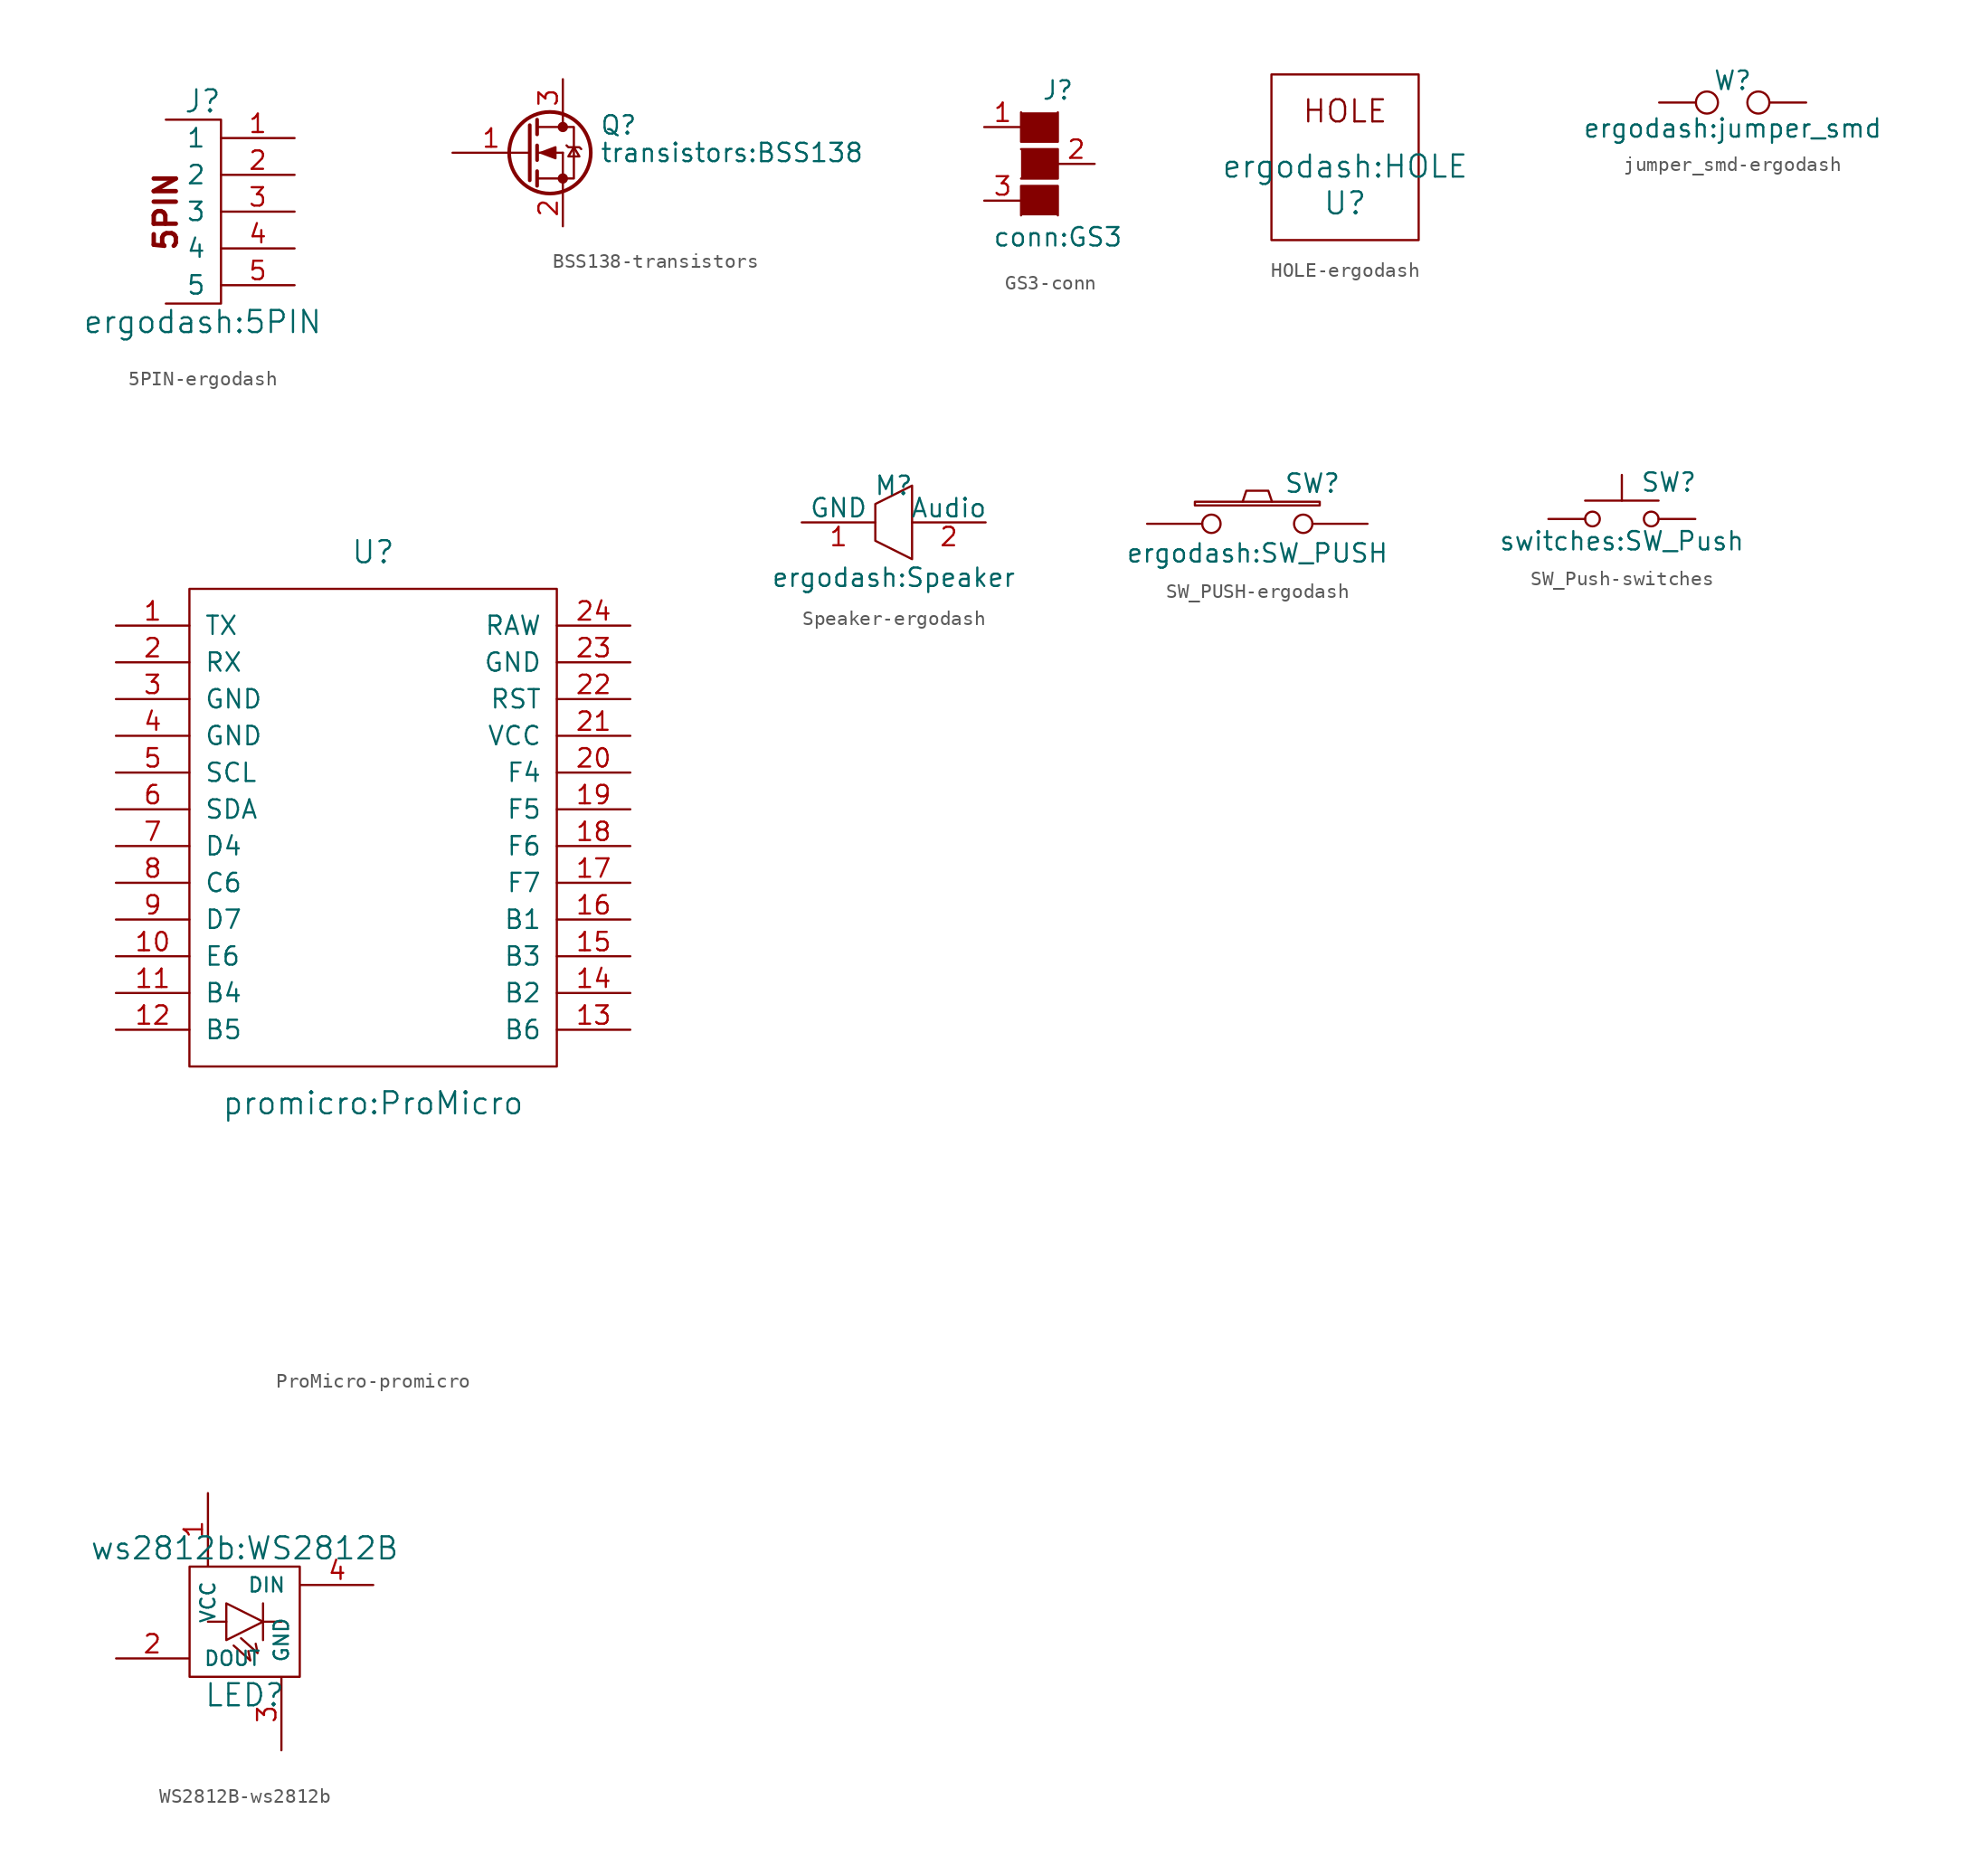
<source format=kicad_sym>
(kicad_symbol_lib
  (version 20220914)
  (generator kicad_symbol_editor)
  (symbol "5PIN-ergodash"
    (pin_names
      (offset 1.016))
    (property "Reference" "J"
      (at -1.27 7.62 0)
      (effects (font (size 1.524 1.524))))
    (property "Value" "ergodash:5PIN"
      (at -1.27 -7.62 0)
      (effects (font (size 1.524 1.524))))
    (property "Footprint" ""
      (at 0 -1.27 0)
      (effects (font (size 1.524 1.524))))
    (property "Datasheet" ""
      (at 0 -1.27 0)
      (effects (font (size 1.524 1.524))))
    (symbol "5PIN-ergodash_0_0"
      (polyline (pts (xy -3.81 6.35) (xy 0 6.35) (xy 0 -6.35) (xy -3.81 -6.35)) (stroke (width 0) (type solid)) (fill (type none)))
      (text "5PIN" (at -3.81 0 900) (effects (font (size 1.524 1.524) bold))))
    (symbol "5PIN-ergodash_1_1"
      (pin power_in line (at 5.08 5.08 180) (length 5.08) (name "1" (effects (font (size 1.27 1.27)))) (number "1" (effects (font (size 1.27 1.27)))))
      (pin bidirectional line (at 5.08 2.54 180) (length 5.08) (name "2" (effects (font (size 1.27 1.27)))) (number "2" (effects (font (size 1.27 1.27)))))
      (pin bidirectional line (at 5.08 0 180) (length 5.08) (name "3" (effects (font (size 1.27 1.27)))) (number "3" (effects (font (size 1.27 1.27)))))
      (pin power_in line (at 5.08 -2.54 180) (length 5.08) (name "4" (effects (font (size 1.27 1.27)))) (number "4" (effects (font (size 1.27 1.27)))))
      (pin power_in line (at 5.08 -5.08 180) (length 5.08) (name "5" (effects (font (size 1.27 1.27)))) (number "5" (effects (font (size 1.27 1.27)))))))
  (symbol "BSS138-transistors"
    (pin_names
      (offset 0) hide)
    (property "Reference" "Q"
      (at 5.08 1.905 0)
      (effects (font (size 1.27 1.27)) (justify left)))
    (property "Value" "transistors:BSS138"
      (at 5.08 0 0)
      (effects (font (size 1.27 1.27)) (justify left)))
    (symbol "BSS138-transistors_0_1"
      (polyline (pts (xy 0.762 -1.778) (xy 2.54 -1.778)) (stroke (width 0) (type solid)) (fill (type none)))
      (polyline (pts (xy 0.762 -1.27) (xy 0.762 -2.286)) (stroke (width 0.254) (type solid)) (fill (type none)))
      (polyline (pts (xy 0.762 0) (xy 2.54 0)) (stroke (width 0) (type solid)) (fill (type none)))
      (polyline (pts (xy 0.762 0.508) (xy 0.762 -0.508)) (stroke (width 0.254) (type solid)) (fill (type none)))
      (polyline (pts (xy 0.762 1.778) (xy 2.54 1.778)) (stroke (width 0) (type solid)) (fill (type none)))
      (polyline (pts (xy 0.762 2.286) (xy 0.762 1.27)) (stroke (width 0.254) (type solid)) (fill (type none)))
      (polyline (pts (xy 2.54 -1.778) (xy 2.54 -2.54)) (stroke (width 0) (type solid)) (fill (type none)))
      (polyline (pts (xy 2.54 -1.778) (xy 2.54 0)) (stroke (width 0) (type solid)) (fill (type none)))
      (polyline (pts (xy 2.54 2.54) (xy 2.54 1.778)) (stroke (width 0) (type solid)) (fill (type none)))
      (polyline (pts (xy 0.254 1.905) (xy 0.254 -1.905) (xy 0.254 -1.905)) (stroke (width 0.254) (type solid)) (fill (type none)))
      (polyline (pts (xy 1.016 0) (xy 2.032 0.381) (xy 2.032 -0.381) (xy 1.016 0)) (stroke (width 0) (type solid)) (fill (type outline)))
      (polyline (pts (xy 2.54 -1.778) (xy 3.302 -1.778) (xy 3.302 1.778) (xy 2.54 1.778)) (stroke (width 0) (type solid)) (fill (type none)))
      (polyline (pts (xy 2.794 0.508) (xy 2.921 0.381) (xy 3.683 0.381) (xy 3.81 0.254)) (stroke (width 0) (type solid)) (fill (type none)))
      (polyline (pts (xy 3.302 0.381) (xy 2.921 -0.254) (xy 3.683 -0.254) (xy 3.302 0.381)) (stroke (width 0) (type solid)) (fill (type none)))
      (circle (center 1.651 0) (radius 2.819) (stroke (width 0.254) (type solid)) (fill (type none)))
      (circle (center 2.54 -1.778) (radius 0.279) (stroke (width 0) (type solid)) (fill (type outline)))
      (circle (center 2.54 1.778) (radius 0.279) (stroke (width 0) (type solid)) (fill (type outline))))
    (symbol "BSS138-transistors_1_1"
      (pin input line (at -5.08 0 0) (length 5.334) (name "G" (effects (font (size 1.27 1.27)))) (number "1" (effects (font (size 1.27 1.27)))))
      (pin passive line (at 2.54 -5.08 90) (length 2.54) (name "S" (effects (font (size 1.27 1.27)))) (number "2" (effects (font (size 1.27 1.27)))))
      (pin passive line (at 2.54 5.08 270) (length 2.54) (name "D" (effects (font (size 1.27 1.27)))) (number "3" (effects (font (size 1.27 1.27)))))))
  (symbol "GS3-conn"
    (pin_names
      (offset 1.016) hide)
    (property "Reference" "J"
      (at 1.27 5.08 0)
      (effects (font (size 1.27 1.27))))
    (property "Value" "conn:GS3"
      (at 1.27 -5.055 0)
      (effects (font (size 1.27 1.27))))
    (symbol "GS3-conn_0_1"
      (polyline (pts (xy -1.27 -3.556) (xy -1.27 -1.524) (xy 1.27 -1.524) (xy 1.27 -3.556)) (stroke (width 0) (type solid)) (fill (type outline)))
      (polyline (pts (xy -1.27 1.016) (xy 1.27 1.016) (xy 1.27 -1.016) (xy -1.27 -1.016)) (stroke (width 0) (type solid)) (fill (type outline)))
      (polyline (pts (xy -1.27 3.556) (xy -1.27 1.524) (xy 1.27 1.524) (xy 1.27 3.556)) (stroke (width 0) (type solid)) (fill (type outline))))
    (symbol "GS3-conn_1_1"
      (pin passive line (at -3.81 2.54 0) (length 2.54) (name "G1" (effects (font (size 1.27 1.27)))) (number "1" (effects (font (size 1.27 1.27)))))
      (pin passive line (at 3.81 0 180) (length 2.54) (name "G2" (effects (font (size 1.27 1.27)))) (number "2" (effects (font (size 1.27 1.27)))))
      (pin passive line (at -3.81 -2.54 0) (length 2.54) (name "G3" (effects (font (size 1.27 1.27)))) (number "3" (effects (font (size 1.27 1.27)))))))
  (symbol "HOLE-ergodash"
    (pin_names
      (offset 1.016))
    (property "Reference" "U"
      (at 0 0 0)
      (effects (font (size 1.524 1.524))))
    (property "Value" "ergodash:HOLE"
      (at 0 2.54 0)
      (effects (font (size 1.524 1.524))))
    (property "Footprint" ""
      (at 0 0 0)
      (effects (font (size 1.524 1.524))))
    (property "Datasheet" ""
      (at 0 0 0)
      (effects (font (size 1.524 1.524))))
    (symbol "HOLE-ergodash_0_0"
      (text "HOLE" (at 0 6.35 0) (effects (font (size 1.524 1.524)))))
    (symbol "HOLE-ergodash_0_1"
      (rectangle (start -5.08 8.89) (end 5.08 -2.54) (stroke (width 0) (type solid)) (fill (type none)))))
  (symbol "jumper_smd-ergodash"
    (pin_numbers hide)
    (pin_names
      (offset 0.762) hide)
    (property "Reference" "W"
      (at 0 1.524 0)
      (effects (font (size 1.27 1.27))))
    (property "Value" "ergodash:jumper_smd"
      (at 0 -1.778 0)
      (effects (font (size 1.27 1.27))))
    (property "Footprint" ""
      (at 0 0 0)
      (effects (font (size 1.27 1.27))))
    (property "Datasheet" ""
      (at 0 0 0)
      (effects (font (size 1.27 1.27))))
    (symbol "jumper_smd-ergodash_0_1"
      (circle (center -1.778 0) (radius 0.762) (stroke (width 0) (type solid)) (fill (type none)))
      (circle (center 1.778 0) (radius 0.762) (stroke (width 0) (type solid)) (fill (type none)))
      (pin passive line (at -5.08 0 0) (length 2.54) (name "1" (effects (font (size 1.27 1.27)))) (number "1" (effects (font (size 1.27 1.27)))))
      (pin passive line (at 5.08 0 180) (length 2.54) (name "2" (effects (font (size 1.27 1.27)))) (number "2" (effects (font (size 1.27 1.27)))))))
  (symbol "ProMicro-promicro"
    (pin_names
      (offset 1.016))
    (property "Reference" "U"
      (at 0 24.13 0)
      (effects (font (size 1.524 1.524))))
    (property "Value" "promicro:ProMicro"
      (at 0 -13.97 0)
      (effects (font (size 1.524 1.524))))
    (property "Footprint" ""
      (at 2.54 -26.67 0)
      (effects (font (size 1.524 1.524))))
    (property "Datasheet" ""
      (at 2.54 -26.67 0)
      (effects (font (size 1.524 1.524))))
    (symbol "ProMicro-promicro_0_1"
      (rectangle (start -12.7 21.59) (end 12.7 -11.43) (stroke (width 0) (type solid)) (fill (type none))))
    (symbol "ProMicro-promicro_1_1"
      (pin bidirectional line (at -17.78 19.05 0) (length 5.08) (name "TX" (effects (font (size 1.27 1.27)))) (number "1" (effects (font (size 1.27 1.27)))))
      (pin bidirectional line (at -17.78 -3.81 0) (length 5.08) (name "E6" (effects (font (size 1.27 1.27)))) (number "10" (effects (font (size 1.27 1.27)))))
      (pin bidirectional line (at -17.78 -6.35 0) (length 5.08) (name "B4" (effects (font (size 1.27 1.27)))) (number "11" (effects (font (size 1.27 1.27)))))
      (pin bidirectional line (at -17.78 -8.89 0) (length 5.08) (name "B5" (effects (font (size 1.27 1.27)))) (number "12" (effects (font (size 1.27 1.27)))))
      (pin bidirectional line (at 17.78 -8.89 180) (length 5.08) (name "B6" (effects (font (size 1.27 1.27)))) (number "13" (effects (font (size 1.27 1.27)))))
      (pin bidirectional line (at 17.78 -6.35 180) (length 5.08) (name "B2" (effects (font (size 1.27 1.27)))) (number "14" (effects (font (size 1.27 1.27)))))
      (pin bidirectional line (at 17.78 -3.81 180) (length 5.08) (name "B3" (effects (font (size 1.27 1.27)))) (number "15" (effects (font (size 1.27 1.27)))))
      (pin bidirectional line (at 17.78 -1.27 180) (length 5.08) (name "B1" (effects (font (size 1.27 1.27)))) (number "16" (effects (font (size 1.27 1.27)))))
      (pin bidirectional line (at 17.78 1.27 180) (length 5.08) (name "F7" (effects (font (size 1.27 1.27)))) (number "17" (effects (font (size 1.27 1.27)))))
      (pin bidirectional line (at 17.78 3.81 180) (length 5.08) (name "F6" (effects (font (size 1.27 1.27)))) (number "18" (effects (font (size 1.27 1.27)))))
      (pin bidirectional line (at 17.78 6.35 180) (length 5.08) (name "F5" (effects (font (size 1.27 1.27)))) (number "19" (effects (font (size 1.27 1.27)))))
      (pin bidirectional line (at -17.78 16.51 0) (length 5.08) (name "RX" (effects (font (size 1.27 1.27)))) (number "2" (effects (font (size 1.27 1.27)))))
      (pin bidirectional line (at 17.78 8.89 180) (length 5.08) (name "F4" (effects (font (size 1.27 1.27)))) (number "20" (effects (font (size 1.27 1.27)))))
      (pin power_in line (at 17.78 11.43 180) (length 5.08) (name "VCC" (effects (font (size 1.27 1.27)))) (number "21" (effects (font (size 1.27 1.27)))))
      (pin input line (at 17.78 13.97 180) (length 5.08) (name "RST" (effects (font (size 1.27 1.27)))) (number "22" (effects (font (size 1.27 1.27)))))
      (pin power_in line (at 17.78 16.51 180) (length 5.08) (name "GND" (effects (font (size 1.27 1.27)))) (number "23" (effects (font (size 1.27 1.27)))))
      (pin power_out line (at 17.78 19.05 180) (length 5.08) (name "RAW" (effects (font (size 1.27 1.27)))) (number "24" (effects (font (size 1.27 1.27)))))
      (pin power_in line (at -17.78 13.97 0) (length 5.08) (name "GND" (effects (font (size 1.27 1.27)))) (number "3" (effects (font (size 1.27 1.27)))))
      (pin power_in line (at -17.78 11.43 0) (length 5.08) (name "GND" (effects (font (size 1.27 1.27)))) (number "4" (effects (font (size 1.27 1.27)))))
      (pin bidirectional line (at -17.78 8.89 0) (length 5.08) (name "SCL" (effects (font (size 1.27 1.27)))) (number "5" (effects (font (size 1.27 1.27)))))
      (pin bidirectional line (at -17.78 6.35 0) (length 5.08) (name "SDA" (effects (font (size 1.27 1.27)))) (number "6" (effects (font (size 1.27 1.27)))))
      (pin bidirectional line (at -17.78 3.81 0) (length 5.08) (name "D4" (effects (font (size 1.27 1.27)))) (number "7" (effects (font (size 1.27 1.27)))))
      (pin bidirectional line (at -17.78 1.27 0) (length 5.08) (name "C6" (effects (font (size 1.27 1.27)))) (number "8" (effects (font (size 1.27 1.27)))))
      (pin bidirectional line (at -17.78 -1.27 0) (length 5.08) (name "D7" (effects (font (size 1.27 1.27)))) (number "9" (effects (font (size 1.27 1.27)))))))
  (symbol "Speaker-ergodash"
    (pin_names
      (offset 0))
    (property "Reference" "M"
      (at 0 2.54 0)
      (effects (font (size 1.27 1.27))))
    (property "Value" "ergodash:Speaker"
      (at 0 -3.81 0)
      (effects (font (size 1.27 1.27))))
    (symbol "Speaker-ergodash_0_1"
      (polyline (pts (xy -1.27 1.27) (xy -1.27 -1.27) (xy 1.27 -2.54) (xy 1.27 2.54) (xy -1.27 1.27)) (stroke (width 0) (type solid)) (fill (type none))))
    (symbol "Speaker-ergodash_1_1"
      (pin input line (at -6.35 0 0) (length 5.08) (name "GND" (effects (font (size 1.27 1.27)))) (number "1" (effects (font (size 1.27 1.27)))))
      (pin input line (at 6.35 0 180) (length 5.08) (name "Audio" (effects (font (size 1.27 1.27)))) (number "2" (effects (font (size 1.27 1.27)))))))
  (symbol "SW_PUSH-ergodash"
    (pin_numbers hide)
    (pin_names
      (offset 1.016) hide)
    (property "Reference" "SW"
      (at 3.81 2.794 0)
      (effects (font (size 1.27 1.27))))
    (property "Value" "ergodash:SW_PUSH"
      (at 0 -2.032 0)
      (effects (font (size 1.27 1.27))))
    (property "Footprint" ""
      (at 0 0 0)
      (effects (font (size 1.27 1.27))))
    (property "Datasheet" ""
      (at 0 0 0)
      (effects (font (size 1.27 1.27))))
    (symbol "SW_PUSH-ergodash_0_1"
      (rectangle (start -4.318 1.27) (end 4.318 1.524) (stroke (width 0) (type solid)) (fill (type none)))
      (polyline (pts (xy -1.016 1.524) (xy -0.762 2.286) (xy 0.762 2.286) (xy 1.016 1.524)) (stroke (width 0) (type solid)) (fill (type none)))
      (pin passive inverted (at -7.62 0 0) (length 5.08) (name "1" (effects (font (size 1.27 1.27)))) (number "1" (effects (font (size 1.27 1.27)))))
      (pin passive inverted (at 7.62 0 180) (length 5.08) (name "2" (effects (font (size 1.27 1.27)))) (number "2" (effects (font (size 1.27 1.27)))))))
  (symbol "SW_Push-switches"
    (pin_numbers hide)
    (pin_names
      (offset 1.016) hide)
    (property "Reference" "SW"
      (at 1.27 2.54 0)
      (effects (font (size 1.27 1.27)) (justify left)))
    (property "Value" "switches:SW_Push"
      (at 0 -1.524 0)
      (effects (font (size 1.27 1.27))))
    (symbol "SW_Push-switches_0_1"
      (circle (center -2.032 0) (radius 0.508) (stroke (width 0) (type solid)) (fill (type none)))
      (polyline (pts (xy 0 1.27) (xy 0 3.048)) (stroke (width 0) (type solid)) (fill (type none)))
      (polyline (pts (xy 2.54 1.27) (xy -2.54 1.27)) (stroke (width 0) (type solid)) (fill (type none)))
      (circle (center 2.032 0) (radius 0.508) (stroke (width 0) (type solid)) (fill (type none)))
      (pin passive line (at -5.08 0 0) (length 2.54) (name "1" (effects (font (size 1.27 1.27)))) (number "1" (effects (font (size 1.27 1.27)))))
      (pin passive line (at 5.08 0 180) (length 2.54) (name "2" (effects (font (size 1.27 1.27)))) (number "2" (effects (font (size 1.27 1.27)))))))
  (symbol "WS2812B-ws2812b"
    (pin_names
      (offset 1.016))
    (property "Reference" "LED"
      (at 0 -5.08 0)
      (effects (font (size 1.524 1.524))))
    (property "Value" "ws2812b:WS2812B"
      (at 0 5.08 0)
      (effects (font (size 1.524 1.524))))
    (property "Footprint" ""
      (at 6.35 7.62 90)
      (effects (font (size 1.524 1.524))))
    (property "Datasheet" ""
      (at -1.27 0 90)
      (effects (font (size 1.524 1.524))))
    (symbol "WS2812B-ws2812b_0_0"
      (polyline (pts (xy -1.27 0) (xy -2.54 0)) (stroke (width 0) (type solid)) (fill (type none)))
      (polyline (pts (xy -0.254 -1.143) (xy 0.889 -2.159)) (stroke (width 0) (type solid)) (fill (type none)))
      (polyline (pts (xy 0.381 -2.667) (xy -0.762 -1.651)) (stroke (width 0) (type solid)) (fill (type none)))
      (polyline (pts (xy 0.381 -2.667) (xy 0.254 -2.032)) (stroke (width 0) (type solid)) (fill (type none)))
      (polyline (pts (xy 0.889 -2.159) (xy 0.762 -1.524)) (stroke (width 0) (type solid)) (fill (type none)))
      (polyline (pts (xy 1.27 0) (xy 2.54 0)) (stroke (width 0) (type solid)) (fill (type none))))
    (symbol "WS2812B-ws2812b_0_1"
      (rectangle (start -3.81 3.81) (end 3.81 -3.81) (stroke (width 0) (type solid)) (fill (type none)))
      (polyline (pts (xy 1.27 0) (xy -1.27 1.27) (xy -1.27 -1.27) (xy 1.27 0) (xy 1.27 0)) (stroke (width 0) (type solid)) (fill (type none)))
      (rectangle (start 1.27 1.27) (end 1.27 -1.27) (stroke (width 0) (type solid)) (fill (type none))))
    (symbol "WS2812B-ws2812b_1_1"
      (pin power_in line (at -2.54 8.89 270) (length 5.004) (name "VCC" (effects (font (size 0.991 0.991)))) (number "1" (effects (font (size 1.27 1.27)))))
      (pin output line (at -8.89 -2.54 0) (length 5.004) (name "DOUT" (effects (font (size 0.991 0.991)))) (number "2" (effects (font (size 1.27 1.27)))))
      (pin power_in line (at 2.54 -8.89 90) (length 5.004) (name "GND" (effects (font (size 0.991 0.991)))) (number "3" (effects (font (size 1.27 1.27)))))
      (pin input line (at 8.89 2.54 180) (length 5.004) (name "DIN" (effects (font (size 0.991 0.991)))) (number "4" (effects (font (size 1.27 1.27))))))))
</source>
